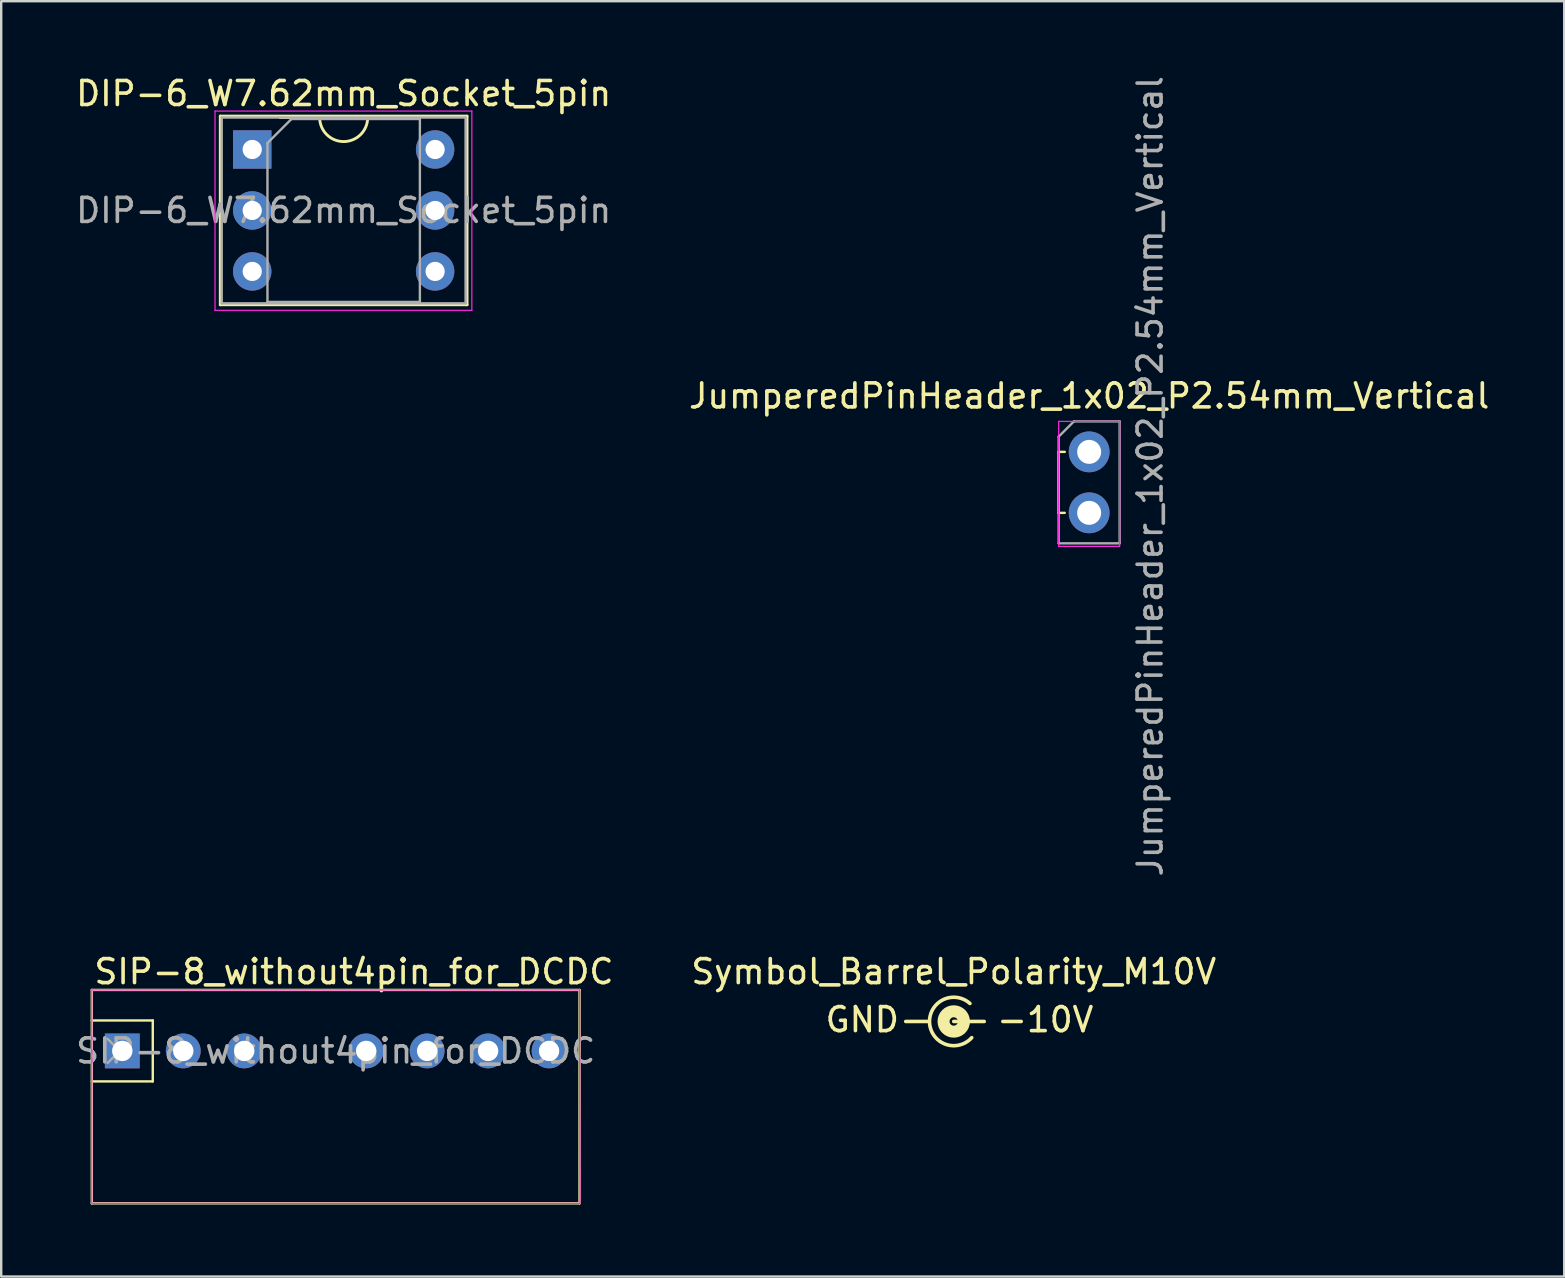
<source format=kicad_pcb>
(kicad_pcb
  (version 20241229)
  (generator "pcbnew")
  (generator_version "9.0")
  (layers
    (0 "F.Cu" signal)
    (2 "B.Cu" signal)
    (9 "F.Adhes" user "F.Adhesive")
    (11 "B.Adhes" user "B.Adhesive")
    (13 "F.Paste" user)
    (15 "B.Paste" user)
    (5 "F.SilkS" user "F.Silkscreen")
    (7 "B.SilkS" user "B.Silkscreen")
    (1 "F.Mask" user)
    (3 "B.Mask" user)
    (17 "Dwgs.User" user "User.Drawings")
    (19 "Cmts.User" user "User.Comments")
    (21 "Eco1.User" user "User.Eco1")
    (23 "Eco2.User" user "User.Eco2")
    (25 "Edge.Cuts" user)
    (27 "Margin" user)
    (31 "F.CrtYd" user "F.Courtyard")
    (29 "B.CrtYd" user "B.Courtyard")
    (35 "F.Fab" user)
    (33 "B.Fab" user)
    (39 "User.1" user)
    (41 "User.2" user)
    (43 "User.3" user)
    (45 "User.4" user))
  (footprint "DIP-6_W7.62mm_Socket_5pin"
    (layer "F.Cu")
    (at 7.458 3.178)
    (property "Reference" "DIP-6_W7.62mm_Socket_5pin" (at 3.81 -2.33 0) (layer "F.SilkS") (effects (font (size 1 1) (thickness 0.15))))
    (attr through_hole)
    (fp_line (start -1.33 -1.39) (end -1.33 6.47) (stroke (width 0.12) (type solid)) (layer "F.SilkS"))
    (fp_line (start -1.33 6.47) (end 8.95 6.47) (stroke (width 0.12) (type solid)) (layer "F.SilkS"))
    (fp_line (start 1.16 6.41) (end 6.46 6.41) (stroke (width 0.12) (type solid)) (layer "F.SilkS"))
    (fp_line (start 2.81 -1.33) (end 1.16 -1.33) (stroke (width 0.12) (type solid)) (layer "F.SilkS"))
    (fp_line (start 6.46 -1.33) (end 4.81 -1.33) (stroke (width 0.12) (type solid)) (layer "F.SilkS"))
    (fp_line (start 8.95 -1.39) (end -1.33 -1.39) (stroke (width 0.12) (type solid)) (layer "F.SilkS"))
    (fp_line (start 8.95 6.47) (end 8.95 -1.39) (stroke (width 0.12) (type solid)) (layer "F.SilkS"))
    (fp_arc (start 4.81 -1.33) (mid 3.81 -0.33) (end 2.81 -1.33) (stroke (width 0.12) (type solid)) (layer "F.SilkS"))
    (fp_line (start -1.55 -1.6) (end -1.55 6.7) (stroke (width 0.05) (type solid)) (layer "F.CrtYd"))
    (fp_line (start -1.55 6.7) (end 9.15 6.7) (stroke (width 0.05) (type solid)) (layer "F.CrtYd"))
    (fp_line (start 9.15 -1.6) (end -1.55 -1.6) (stroke (width 0.05) (type solid)) (layer "F.CrtYd"))
    (fp_line (start 9.15 6.7) (end 9.15 -1.6) (stroke (width 0.05) (type solid)) (layer "F.CrtYd"))
    (fp_line (start -1.27 -1.33) (end -1.27 6.41) (stroke (width 0.1) (type solid)) (layer "F.Fab"))
    (fp_line (start -1.27 6.41) (end 8.89 6.41) (stroke (width 0.1) (type solid)) (layer "F.Fab"))
    (fp_line (start 0.635 -0.27) (end 1.635 -1.27) (stroke (width 0.1) (type solid)) (layer "F.Fab"))
    (fp_line (start 0.635 6.35) (end 0.635 -0.27) (stroke (width 0.1) (type solid)) (layer "F.Fab"))
    (fp_line (start 1.635 -1.27) (end 6.985 -1.27) (stroke (width 0.1) (type solid)) (layer "F.Fab"))
    (fp_line (start 6.985 -1.27) (end 6.985 6.35) (stroke (width 0.1) (type solid)) (layer "F.Fab"))
    (fp_line (start 6.985 6.35) (end 0.635 6.35) (stroke (width 0.1) (type solid)) (layer "F.Fab"))
    (fp_line (start 8.89 -1.33) (end -1.27 -1.33) (stroke (width 0.1) (type solid)) (layer "F.Fab"))
    (fp_line (start 8.89 6.41) (end 8.89 -1.33) (stroke (width 0.1) (type solid)) (layer "F.Fab"))
    (fp_text user "${REFERENCE}" (at 3.81 2.54 0) (layer "F.Fab") (effects (font (size 1 1) (thickness 0.15))))
    (pad "" thru_hole oval (at 7.62 2.54) (size 1.6 1.6) (drill 0.8) (layers "*.Cu" "*.Mask"))
    (pad "1" thru_hole rect (at 0 0) (size 1.6 1.6) (drill 0.8) (layers "*.Cu" "*.Mask"))
    (pad "2" thru_hole oval (at 0 2.54) (size 1.6 1.6) (drill 0.8) (layers "*.Cu" "*.Mask"))
    (pad "3" thru_hole oval (at 0 5.08) (size 1.6 1.6) (drill 0.8) (layers "*.Cu" "*.Mask"))
    (pad "4" thru_hole oval (at 7.62 5.08) (size 1.6 1.6) (drill 0.8) (layers "*.Cu" "*.Mask"))
    (pad "5" thru_hole oval (at 7.62 0) (size 1.6 1.6) (drill 0.8) (layers "*.Cu" "*.Mask")))
  (footprint "Symbol_Barrel_Polarity_M10V"
    (layer "F.Cu")
    (at 36.685 39.432)
    (property "Reference" "Symbol_Barrel_Polarity_M10V" (at 0 -2 0) (layer "F.SilkS") (effects (font (size 1 1) (thickness 0.15))))
    (attr exclude_from_pos_files exclude_from_bom)
    (fp_line (start -2 0.075) (end -1.1 0.075) (stroke (width 0.15) (type solid)) (layer "F.SilkS"))
    (fp_line (start 0 0.075) (end 1.27 0.075) (stroke (width 0.15) (type solid)) (layer "F.SilkS"))
    (fp_arc (start 0.75 0.75) (mid -1.007627 0.128033) (end 0.675 -0.675) (stroke (width 0.15) (type solid)) (layer "F.SilkS"))
    (fp_circle (center 0 0.075) (end 0 0.25) (stroke (width 0.5) (type solid)) (fill no) (layer "F.SilkS"))
    (fp_text user "GND" (at -3.81 0 0) (unlocked yes) (layer "F.SilkS") (effects (font (size 1 1) (thickness 0.15))))
    (fp_text user "-10V" (at 3.81 0 0) (unlocked yes) (layer "F.SilkS") (effects (font (size 1 1) (thickness 0.15)))))
  (footprint "SIP-8_without4pin_for_DCDC"
    (layer "F.Cu")
    (at 2.045 40.734)
    (property "Reference" "SIP-8_without4pin_for_DCDC" (at 9.652 -3.302 0) (layer "F.SilkS") (effects (font (size 1 1) (thickness 0.15))))
    (attr through_hole)
    (fp_line (start -1.27 -2.54) (end 19.05 -2.54) (stroke (width 0.1) (type default)) (layer "F.SilkS"))
    (fp_line (start -1.27 -1.27) (end 1.27 -1.27) (stroke (width 0.1) (type default)) (layer "F.SilkS"))
    (fp_line (start -1.27 6.35) (end -1.27 -2.54) (stroke (width 0.1) (type default)) (layer "F.SilkS"))
    (fp_line (start 1.27 -1.27) (end 1.27 1.27) (stroke (width 0.1) (type default)) (layer "F.SilkS"))
    (fp_line (start 1.27 1.27) (end -1.27 1.27) (stroke (width 0.1) (type default)) (layer "F.SilkS"))
    (fp_line (start 19.05 -2.54) (end 19.05 6.35) (stroke (width 0.1) (type default)) (layer "F.SilkS"))
    (fp_line (start 19.05 6.35) (end -1.27 6.35) (stroke (width 0.1) (type default)) (layer "F.SilkS"))
    (fp_line (start -1.27 -2.54) (end -1.27 6.35) (stroke (width 0.05) (type solid)) (layer "F.CrtYd"))
    (fp_line (start -1.27 -2.54) (end 19.05 -2.54) (stroke (width 0.05) (type solid)) (layer "F.CrtYd"))
    (fp_line (start -1.27 6.35) (end 19.068 6.35) (stroke (width 0.05) (type solid)) (layer "F.CrtYd"))
    (fp_line (start 19.05 -2.54) (end 19.068 6.35) (stroke (width 0.05) (type solid)) (layer "F.CrtYd"))
    (fp_line (start -0.61 -0.5) (end -0.11 0) (stroke (width 0.1) (type solid)) (layer "F.Fab"))
    (fp_line (start -0.11 0) (end -0.61 0.5) (stroke (width 0.1) (type solid)) (layer "F.Fab"))
    (fp_text user "${REFERENCE}" (at 8.89 0 0) (layer "F.Fab") (effects (font (size 1 1) (thickness 0.15))))
    (pad "1" thru_hole rect (at 0 0 90) (size 1.45 1.45) (drill 0.85) (layers "*.Cu" "*.Mask"))
    (pad "2" thru_hole circle (at 2.54 0 90) (size 1.45 1.45) (drill 0.85) (layers "*.Cu" "*.Mask"))
    (pad "3" thru_hole circle (at 5.08 0 90) (size 1.45 1.45) (drill 0.85) (layers "*.Cu" "*.Mask"))
    (pad "5" thru_hole circle (at 10.16 0 90) (size 1.45 1.45) (drill 0.85) (layers "*.Cu" "*.Mask"))
    (pad "6" thru_hole circle (at 12.7 0 90) (size 1.45 1.45) (drill 0.85) (layers "*.Cu" "*.Mask"))
    (pad "7" thru_hole circle (at 15.24 0 90) (size 1.45 1.45) (drill 0.85) (layers "*.Cu" "*.Mask"))
    (pad "8" thru_hole circle (at 17.78 0 90) (size 1.45 1.45) (drill 0.85) (layers "*.Cu" "*.Mask")))
  (footprint "JumperedPinHeader_1x02_P2.54mm_Vertical"
    (layer "F.Cu")
    (at 42.327 15.776)
    (property "Reference" "JumperedPinHeader_1x02_P2.54mm_Vertical" (at 0 -2.33 0) (layer "F.SilkS") (effects (font (size 1 1) (thickness 0.15))))
    (attr through_hole)
    (fp_line (start -1.27 0) (end -1.27 2.54) (stroke (width 0.1) (type default)) (layer "F.SilkS"))
    (fp_line (start -1.27 0) (end -1.016 0) (stroke (width 0.1) (type default)) (layer "F.SilkS"))
    (fp_line (start -1.016 2.54) (end -1.27 2.54) (stroke (width 0.1) (type default)) (layer "F.SilkS"))
    (fp_line (start -1.27 -1.27) (end -1.27 3.937) (stroke (width 0.05) (type solid)) (layer "F.CrtYd"))
    (fp_line (start -1.27 3.937) (end 1.27 3.937) (stroke (width 0.05) (type solid)) (layer "F.CrtYd"))
    (fp_line (start 1.27 -1.27) (end -1.27 -1.27) (stroke (width 0.05) (type solid)) (layer "F.CrtYd"))
    (fp_line (start 1.27 3.937) (end 1.27 -1.27) (stroke (width 0.05) (type solid)) (layer "F.CrtYd"))
    (fp_line (start -1.27 -0.635) (end -0.635 -1.27) (stroke (width 0.1) (type solid)) (layer "F.Fab"))
    (fp_line (start -1.27 3.81) (end -1.27 -0.635) (stroke (width 0.1) (type solid)) (layer "F.Fab"))
    (fp_line (start -0.635 -1.27) (end 1.27 -1.27) (stroke (width 0.1) (type solid)) (layer "F.Fab"))
    (fp_line (start 1.27 -1.27) (end 1.27 3.81) (stroke (width 0.1) (type solid)) (layer "F.Fab"))
    (fp_line (start 1.27 3.81) (end -1.27 3.81) (stroke (width 0.1) (type solid)) (layer "F.Fab"))
    (fp_text user "${REFERENCE}" (at 2.54 1.016 90) (layer "F.Fab") (effects (font (size 1 1) (thickness 0.15))))
    (pad "1" thru_hole circle (at 0 0) (size 1.7 1.7) (drill 1) (layers "*.Cu" "*.Mask"))
    (pad "2" thru_hole oval (at 0 2.54) (size 1.7 1.7) (drill 1) (layers "*.Cu" "*.Mask")))
  (gr_rect
    (start -3 -3)
    (end 62.119 50.134)
    (stroke (width 0.1) (type default))
    (fill no)
    (layer "Edge.Cuts")))
</source>
